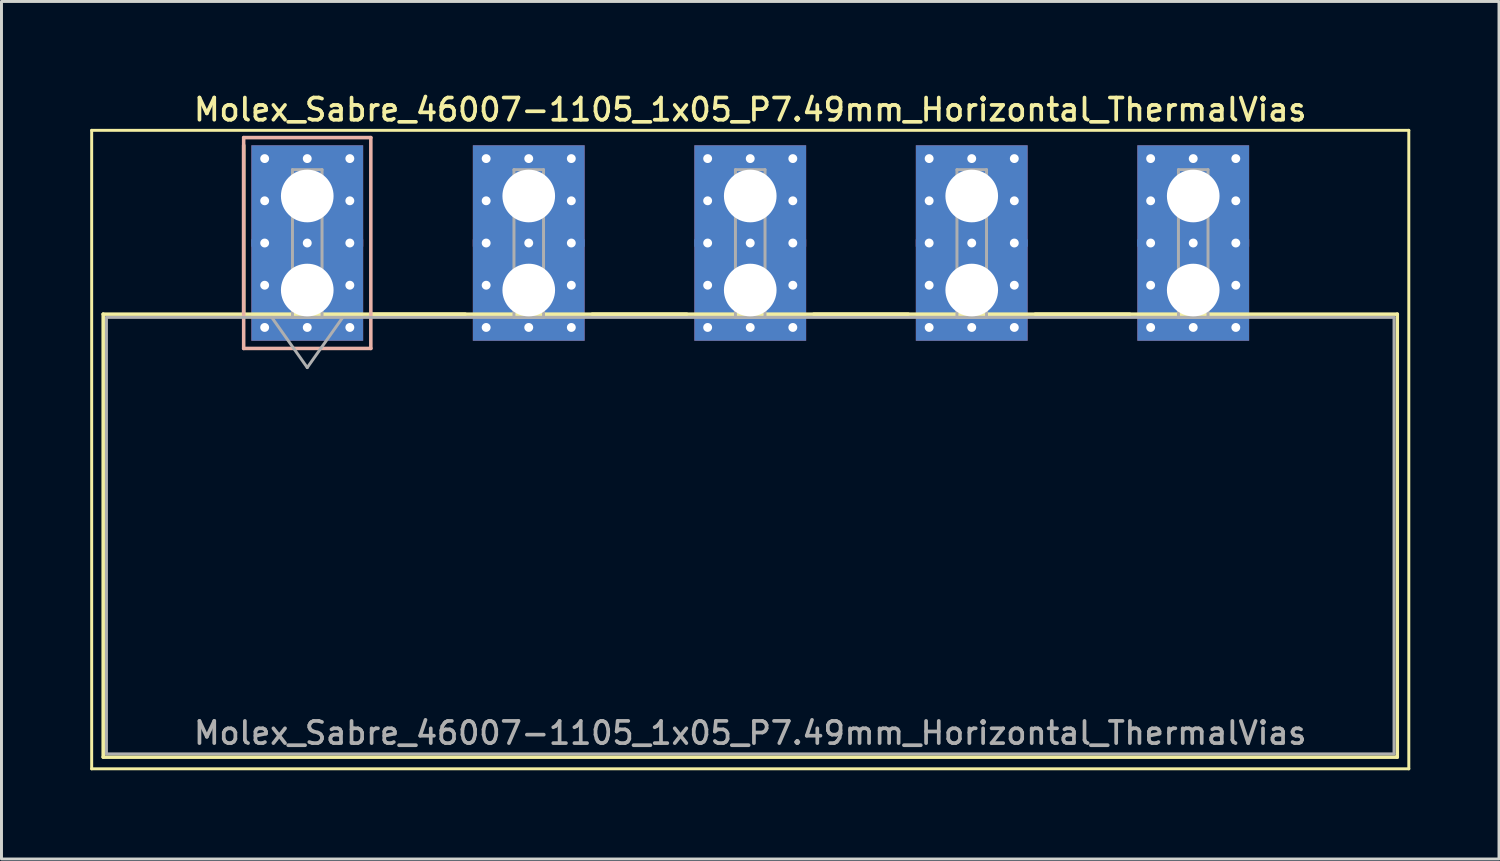
<source format=kicad_pcb>
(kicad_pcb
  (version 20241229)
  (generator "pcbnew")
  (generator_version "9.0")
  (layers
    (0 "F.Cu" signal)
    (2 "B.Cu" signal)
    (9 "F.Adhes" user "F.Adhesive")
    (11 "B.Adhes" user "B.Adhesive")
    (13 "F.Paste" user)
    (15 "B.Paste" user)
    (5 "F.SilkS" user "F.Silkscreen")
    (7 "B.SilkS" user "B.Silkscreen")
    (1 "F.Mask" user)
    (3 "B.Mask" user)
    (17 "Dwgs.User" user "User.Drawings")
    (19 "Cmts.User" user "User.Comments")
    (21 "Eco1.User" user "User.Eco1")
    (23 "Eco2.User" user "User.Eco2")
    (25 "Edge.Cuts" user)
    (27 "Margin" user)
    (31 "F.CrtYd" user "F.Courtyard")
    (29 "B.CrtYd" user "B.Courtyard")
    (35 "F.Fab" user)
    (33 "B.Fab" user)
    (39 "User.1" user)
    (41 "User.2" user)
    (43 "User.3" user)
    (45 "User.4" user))
  (footprint "Molex_Sabre_46007-1105_1x05_P7.49mm_Horizontal_ThermalVias"
    (layer "F.Cu")
    (at 7.34 6.758)
    (property "Reference" "Molex_Sabre_46007-1105_1x05_P7.49mm_Horizontal_ThermalVias" (at 14.98 -6.1 0) (layer "F.SilkS") (effects (font (size 0.75 0.75) (thickness 0.125))))
    (attr through_hole)
    (fp_line (start -7.29 -5.4) (end -7.29 16.19) (stroke (width 0.1) (type solid)) (layer "F.SilkS"))
    (fp_line (start -7.29 16.19) (end 37.25 16.19) (stroke (width 0.1) (type solid)) (layer "F.SilkS"))
    (fp_line (start -6.9 0.815) (end -6.9 15.795) (stroke (width 0.12) (type solid)) (layer "F.SilkS"))
    (fp_line (start -6.9 15.795) (end 36.86 15.795) (stroke (width 0.12) (type solid)) (layer "F.SilkS"))
    (fp_line (start -2.15 0.815) (end -2.15 -4.895) (stroke (width 0.12) (type solid)) (layer "F.SilkS"))
    (fp_line (start 2.15 0.815) (end 5.34 0.815) (stroke (width 0.12) (type solid)) (layer "F.SilkS"))
    (fp_line (start 9.64 0.815) (end 12.83 0.815) (stroke (width 0.12) (type solid)) (layer "F.SilkS"))
    (fp_line (start 17.13 0.815) (end 20.32 0.815) (stroke (width 0.12) (type solid)) (layer "F.SilkS"))
    (fp_line (start 24.62 0.815) (end 27.81 0.815) (stroke (width 0.12) (type solid)) (layer "F.SilkS"))
    (fp_line (start 36.86 0.815) (end -6.9 0.815) (stroke (width 0.12) (type solid)) (layer "F.SilkS"))
    (fp_line (start 36.86 15.795) (end 36.86 0.815) (stroke (width 0.12) (type solid)) (layer "F.SilkS"))
    (fp_line (start 37.25 -5.4) (end -7.29 -5.4) (stroke (width 0.1) (type solid)) (layer "F.SilkS"))
    (fp_line (start 37.25 16.19) (end 37.25 -5.4) (stroke (width 0.1) (type solid)) (layer "F.SilkS"))
    (fp_line (start -2.15 -5.155) (end -2.15 1.975) (stroke (width 0.12) (type solid)) (layer "B.SilkS"))
    (fp_line (start -2.15 1.975) (end 2.15 1.975) (stroke (width 0.12) (type solid)) (layer "B.SilkS"))
    (fp_line (start 2.15 -5.155) (end -2.15 -5.155) (stroke (width 0.12) (type solid)) (layer "B.SilkS"))
    (fp_line (start 2.15 1.975) (end 2.15 -5.155) (stroke (width 0.12) (type solid)) (layer "B.SilkS"))
    (fp_line (start -6.79 0.925) (end -6.79 15.685) (stroke (width 0.1) (type solid)) (layer "F.Fab"))
    (fp_line (start -6.79 15.685) (end 36.75 15.685) (stroke (width 0.1) (type solid)) (layer "F.Fab"))
    (fp_line (start -1.2 0.925) (end 0 2.622) (stroke (width 0.1) (type solid)) (layer "F.Fab"))
    (fp_line (start -0.5 -4.07) (end 0.5 -4.07) (stroke (width 0.1) (type solid)) (layer "F.Fab"))
    (fp_line (start -0.5 0.925) (end -0.5 -4.07) (stroke (width 0.1) (type solid)) (layer "F.Fab"))
    (fp_line (start 0 2.622) (end 1.2 0.925) (stroke (width 0.1) (type solid)) (layer "F.Fab"))
    (fp_line (start 0.5 -4.07) (end 0.5 0.925) (stroke (width 0.1) (type solid)) (layer "F.Fab"))
    (fp_line (start 0.5 0.925) (end -0.5 0.925) (stroke (width 0.1) (type solid)) (layer "F.Fab"))
    (fp_line (start 6.99 -4.07) (end 7.99 -4.07) (stroke (width 0.1) (type solid)) (layer "F.Fab"))
    (fp_line (start 6.99 0.925) (end 6.99 -4.07) (stroke (width 0.1) (type solid)) (layer "F.Fab"))
    (fp_line (start 7.99 -4.07) (end 7.99 0.925) (stroke (width 0.1) (type solid)) (layer "F.Fab"))
    (fp_line (start 7.99 0.925) (end 6.99 0.925) (stroke (width 0.1) (type solid)) (layer "F.Fab"))
    (fp_line (start 14.48 -4.07) (end 15.48 -4.07) (stroke (width 0.1) (type solid)) (layer "F.Fab"))
    (fp_line (start 14.48 0.925) (end 14.48 -4.07) (stroke (width 0.1) (type solid)) (layer "F.Fab"))
    (fp_line (start 15.48 -4.07) (end 15.48 0.925) (stroke (width 0.1) (type solid)) (layer "F.Fab"))
    (fp_line (start 15.48 0.925) (end 14.48 0.925) (stroke (width 0.1) (type solid)) (layer "F.Fab"))
    (fp_line (start 21.97 -4.07) (end 22.97 -4.07) (stroke (width 0.1) (type solid)) (layer "F.Fab"))
    (fp_line (start 21.97 0.925) (end 21.97 -4.07) (stroke (width 0.1) (type solid)) (layer "F.Fab"))
    (fp_line (start 22.97 -4.07) (end 22.97 0.925) (stroke (width 0.1) (type solid)) (layer "F.Fab"))
    (fp_line (start 22.97 0.925) (end 21.97 0.925) (stroke (width 0.1) (type solid)) (layer "F.Fab"))
    (fp_line (start 29.46 -4.07) (end 30.46 -4.07) (stroke (width 0.1) (type solid)) (layer "F.Fab"))
    (fp_line (start 29.46 0.925) (end 29.46 -4.07) (stroke (width 0.1) (type solid)) (layer "F.Fab"))
    (fp_line (start 30.46 -4.07) (end 30.46 0.925) (stroke (width 0.1) (type solid)) (layer "F.Fab"))
    (fp_line (start 30.46 0.925) (end 29.46 0.925) (stroke (width 0.1) (type solid)) (layer "F.Fab"))
    (fp_line (start 36.75 0.925) (end -6.79 0.925) (stroke (width 0.1) (type solid)) (layer "F.Fab"))
    (fp_line (start 36.75 15.685) (end 36.75 0.925) (stroke (width 0.1) (type solid)) (layer "F.Fab"))
    (fp_text user "${REFERENCE}" (at 14.98 14.98 0) (layer "F.Fab") (effects (font (size 0.75 0.75) (thickness 0.125))))
    (pad "1" thru_hole rect (at -1.44 -4.445) (size 0.6 0.6) (drill 0.3) (layers "*.Cu" "*.Mask"))
    (pad "1" thru_hole rect (at -1.44 -3.018) (size 0.6 0.6) (drill 0.3) (layers "*.Cu" "*.Mask"))
    (pad "1" thru_hole rect (at -1.44 -1.59) (size 0.6 0.6) (drill 0.3) (layers "*.Cu" "*.Mask"))
    (pad "1" thru_hole rect (at -1.44 -0.163) (size 0.6 0.6) (drill 0.3) (layers "*.Cu" "*.Mask"))
    (pad "1" thru_hole rect (at -1.44 1.265) (size 0.6 0.6) (drill 0.3) (layers "*.Cu" "*.Mask"))
    (pad "1" thru_hole rect (at 0 -4.445) (size 0.6 0.6) (drill 0.3) (layers "*.Cu" "*.Mask"))
    (pad "1" thru_hole rect (at 0 -3.18) (size 3.78 3.43) (drill 1.78) (layers "*.Cu" "*.Mask"))
    (pad "1" thru_hole rect (at 0 -1.59) (size 0.6 0.6) (drill 0.3) (layers "*.Cu" "*.Mask"))
    (pad "1" thru_hole rect (at 0 0) (size 3.78 3.43) (drill 1.78) (layers "*.Cu" "*.Mask"))
    (pad "1" thru_hole rect (at 0 1.265) (size 0.6 0.6) (drill 0.3) (layers "*.Cu" "*.Mask"))
    (pad "1" thru_hole rect (at 1.44 -4.445) (size 0.6 0.6) (drill 0.3) (layers "*.Cu" "*.Mask"))
    (pad "1" thru_hole rect (at 1.44 -3.018) (size 0.6 0.6) (drill 0.3) (layers "*.Cu" "*.Mask"))
    (pad "1" thru_hole rect (at 1.44 -1.59) (size 0.6 0.6) (drill 0.3) (layers "*.Cu" "*.Mask"))
    (pad "1" thru_hole rect (at 1.44 -0.163) (size 0.6 0.6) (drill 0.3) (layers "*.Cu" "*.Mask"))
    (pad "1" thru_hole rect (at 1.44 1.265) (size 0.6 0.6) (drill 0.3) (layers "*.Cu" "*.Mask"))
    (pad "2" thru_hole circle (at 6.05 -4.445) (size 0.6 0.6) (drill 0.3) (layers "*.Cu" "*.Mask"))
    (pad "2" thru_hole circle (at 6.05 -3.018) (size 0.6 0.6) (drill 0.3) (layers "*.Cu" "*.Mask"))
    (pad "2" thru_hole circle (at 6.05 -1.59) (size 0.6 0.6) (drill 0.3) (layers "*.Cu" "*.Mask"))
    (pad "2" thru_hole circle (at 6.05 -0.163) (size 0.6 0.6) (drill 0.3) (layers "*.Cu" "*.Mask"))
    (pad "2" thru_hole circle (at 6.05 1.265) (size 0.6 0.6) (drill 0.3) (layers "*.Cu" "*.Mask"))
    (pad "2" thru_hole circle (at 7.49 -4.445) (size 0.6 0.6) (drill 0.3) (layers "*.Cu" "*.Mask"))
    (pad "2" thru_hole rect (at 7.49 -3.18) (size 3.78 3.43) (drill 1.78) (layers "*.Cu" "*.Mask"))
    (pad "2" thru_hole circle (at 7.49 -1.59) (size 0.6 0.6) (drill 0.3) (layers "*.Cu" "*.Mask"))
    (pad "2" thru_hole rect (at 7.49 0) (size 3.78 3.43) (drill 1.78) (layers "*.Cu" "*.Mask"))
    (pad "2" thru_hole circle (at 7.49 1.265) (size 0.6 0.6) (drill 0.3) (layers "*.Cu" "*.Mask"))
    (pad "2" thru_hole circle (at 8.93 -4.445) (size 0.6 0.6) (drill 0.3) (layers "*.Cu" "*.Mask"))
    (pad "2" thru_hole circle (at 8.93 -3.018) (size 0.6 0.6) (drill 0.3) (layers "*.Cu" "*.Mask"))
    (pad "2" thru_hole circle (at 8.93 -1.59) (size 0.6 0.6) (drill 0.3) (layers "*.Cu" "*.Mask"))
    (pad "2" thru_hole circle (at 8.93 -0.163) (size 0.6 0.6) (drill 0.3) (layers "*.Cu" "*.Mask"))
    (pad "2" thru_hole circle (at 8.93 1.265) (size 0.6 0.6) (drill 0.3) (layers "*.Cu" "*.Mask"))
    (pad "3" thru_hole circle (at 13.54 -4.445) (size 0.6 0.6) (drill 0.3) (layers "*.Cu" "*.Mask"))
    (pad "3" thru_hole circle (at 13.54 -3.018) (size 0.6 0.6) (drill 0.3) (layers "*.Cu" "*.Mask"))
    (pad "3" thru_hole circle (at 13.54 -1.59) (size 0.6 0.6) (drill 0.3) (layers "*.Cu" "*.Mask"))
    (pad "3" thru_hole circle (at 13.54 -0.163) (size 0.6 0.6) (drill 0.3) (layers "*.Cu" "*.Mask"))
    (pad "3" thru_hole circle (at 13.54 1.265) (size 0.6 0.6) (drill 0.3) (layers "*.Cu" "*.Mask"))
    (pad "3" thru_hole circle (at 14.98 -4.445) (size 0.6 0.6) (drill 0.3) (layers "*.Cu" "*.Mask"))
    (pad "3" thru_hole rect (at 14.98 -3.18) (size 3.78 3.43) (drill 1.78) (layers "*.Cu" "*.Mask"))
    (pad "3" thru_hole circle (at 14.98 -1.59) (size 0.6 0.6) (drill 0.3) (layers "*.Cu" "*.Mask"))
    (pad "3" thru_hole rect (at 14.98 0) (size 3.78 3.43) (drill 1.78) (layers "*.Cu" "*.Mask"))
    (pad "3" thru_hole circle (at 14.98 1.265) (size 0.6 0.6) (drill 0.3) (layers "*.Cu" "*.Mask"))
    (pad "3" thru_hole circle (at 16.42 -4.445) (size 0.6 0.6) (drill 0.3) (layers "*.Cu" "*.Mask"))
    (pad "3" thru_hole circle (at 16.42 -3.018) (size 0.6 0.6) (drill 0.3) (layers "*.Cu" "*.Mask"))
    (pad "3" thru_hole circle (at 16.42 -1.59) (size 0.6 0.6) (drill 0.3) (layers "*.Cu" "*.Mask"))
    (pad "3" thru_hole circle (at 16.42 -0.163) (size 0.6 0.6) (drill 0.3) (layers "*.Cu" "*.Mask"))
    (pad "3" thru_hole circle (at 16.42 1.265) (size 0.6 0.6) (drill 0.3) (layers "*.Cu" "*.Mask"))
    (pad "4" thru_hole circle (at 21.03 -4.445) (size 0.6 0.6) (drill 0.3) (layers "*.Cu" "*.Mask"))
    (pad "4" thru_hole circle (at 21.03 -3.018) (size 0.6 0.6) (drill 0.3) (layers "*.Cu" "*.Mask"))
    (pad "4" thru_hole circle (at 21.03 -1.59) (size 0.6 0.6) (drill 0.3) (layers "*.Cu" "*.Mask"))
    (pad "4" thru_hole circle (at 21.03 -0.163) (size 0.6 0.6) (drill 0.3) (layers "*.Cu" "*.Mask"))
    (pad "4" thru_hole circle (at 21.03 1.265) (size 0.6 0.6) (drill 0.3) (layers "*.Cu" "*.Mask"))
    (pad "4" thru_hole circle (at 22.47 -4.445) (size 0.6 0.6) (drill 0.3) (layers "*.Cu" "*.Mask"))
    (pad "4" thru_hole rect (at 22.47 -3.18) (size 3.78 3.43) (drill 1.78) (layers "*.Cu" "*.Mask"))
    (pad "4" thru_hole circle (at 22.47 -1.59) (size 0.6 0.6) (drill 0.3) (layers "*.Cu" "*.Mask"))
    (pad "4" thru_hole rect (at 22.47 0) (size 3.78 3.43) (drill 1.78) (layers "*.Cu" "*.Mask"))
    (pad "4" thru_hole circle (at 22.47 1.265) (size 0.6 0.6) (drill 0.3) (layers "*.Cu" "*.Mask"))
    (pad "4" thru_hole circle (at 23.91 -4.445) (size 0.6 0.6) (drill 0.3) (layers "*.Cu" "*.Mask"))
    (pad "4" thru_hole circle (at 23.91 -3.018) (size 0.6 0.6) (drill 0.3) (layers "*.Cu" "*.Mask"))
    (pad "4" thru_hole circle (at 23.91 -1.59) (size 0.6 0.6) (drill 0.3) (layers "*.Cu" "*.Mask"))
    (pad "4" thru_hole circle (at 23.91 -0.163) (size 0.6 0.6) (drill 0.3) (layers "*.Cu" "*.Mask"))
    (pad "4" thru_hole circle (at 23.91 1.265) (size 0.6 0.6) (drill 0.3) (layers "*.Cu" "*.Mask"))
    (pad "5" thru_hole circle (at 28.52 -4.445) (size 0.6 0.6) (drill 0.3) (layers "*.Cu" "*.Mask"))
    (pad "5" thru_hole circle (at 28.52 -3.018) (size 0.6 0.6) (drill 0.3) (layers "*.Cu" "*.Mask"))
    (pad "5" thru_hole circle (at 28.52 -1.59) (size 0.6 0.6) (drill 0.3) (layers "*.Cu" "*.Mask"))
    (pad "5" thru_hole circle (at 28.52 -0.163) (size 0.6 0.6) (drill 0.3) (layers "*.Cu" "*.Mask"))
    (pad "5" thru_hole circle (at 28.52 1.265) (size 0.6 0.6) (drill 0.3) (layers "*.Cu" "*.Mask"))
    (pad "5" thru_hole circle (at 29.96 -4.445) (size 0.6 0.6) (drill 0.3) (layers "*.Cu" "*.Mask"))
    (pad "5" thru_hole rect (at 29.96 -3.18) (size 3.78 3.43) (drill 1.78) (layers "*.Cu" "*.Mask"))
    (pad "5" thru_hole circle (at 29.96 -1.59) (size 0.6 0.6) (drill 0.3) (layers "*.Cu" "*.Mask"))
    (pad "5" thru_hole rect (at 29.96 0) (size 3.78 3.43) (drill 1.78) (layers "*.Cu" "*.Mask"))
    (pad "5" thru_hole circle (at 29.96 1.265) (size 0.6 0.6) (drill 0.3) (layers "*.Cu" "*.Mask"))
    (pad "5" thru_hole circle (at 31.4 -4.445) (size 0.6 0.6) (drill 0.3) (layers "*.Cu" "*.Mask"))
    (pad "5" thru_hole circle (at 31.4 -3.018) (size 0.6 0.6) (drill 0.3) (layers "*.Cu" "*.Mask"))
    (pad "5" thru_hole circle (at 31.4 -1.59) (size 0.6 0.6) (drill 0.3) (layers "*.Cu" "*.Mask"))
    (pad "5" thru_hole circle (at 31.4 -0.163) (size 0.6 0.6) (drill 0.3) (layers "*.Cu" "*.Mask"))
    (pad "5" thru_hole circle (at 31.4 1.265) (size 0.6 0.6) (drill 0.3) (layers "*.Cu" "*.Mask")))
  (gr_rect
    (start -3 -3)
    (end 47.64 25.998)
    (stroke (width 0.1) (type default))
    (fill no)
    (layer "Edge.Cuts")))
</source>
